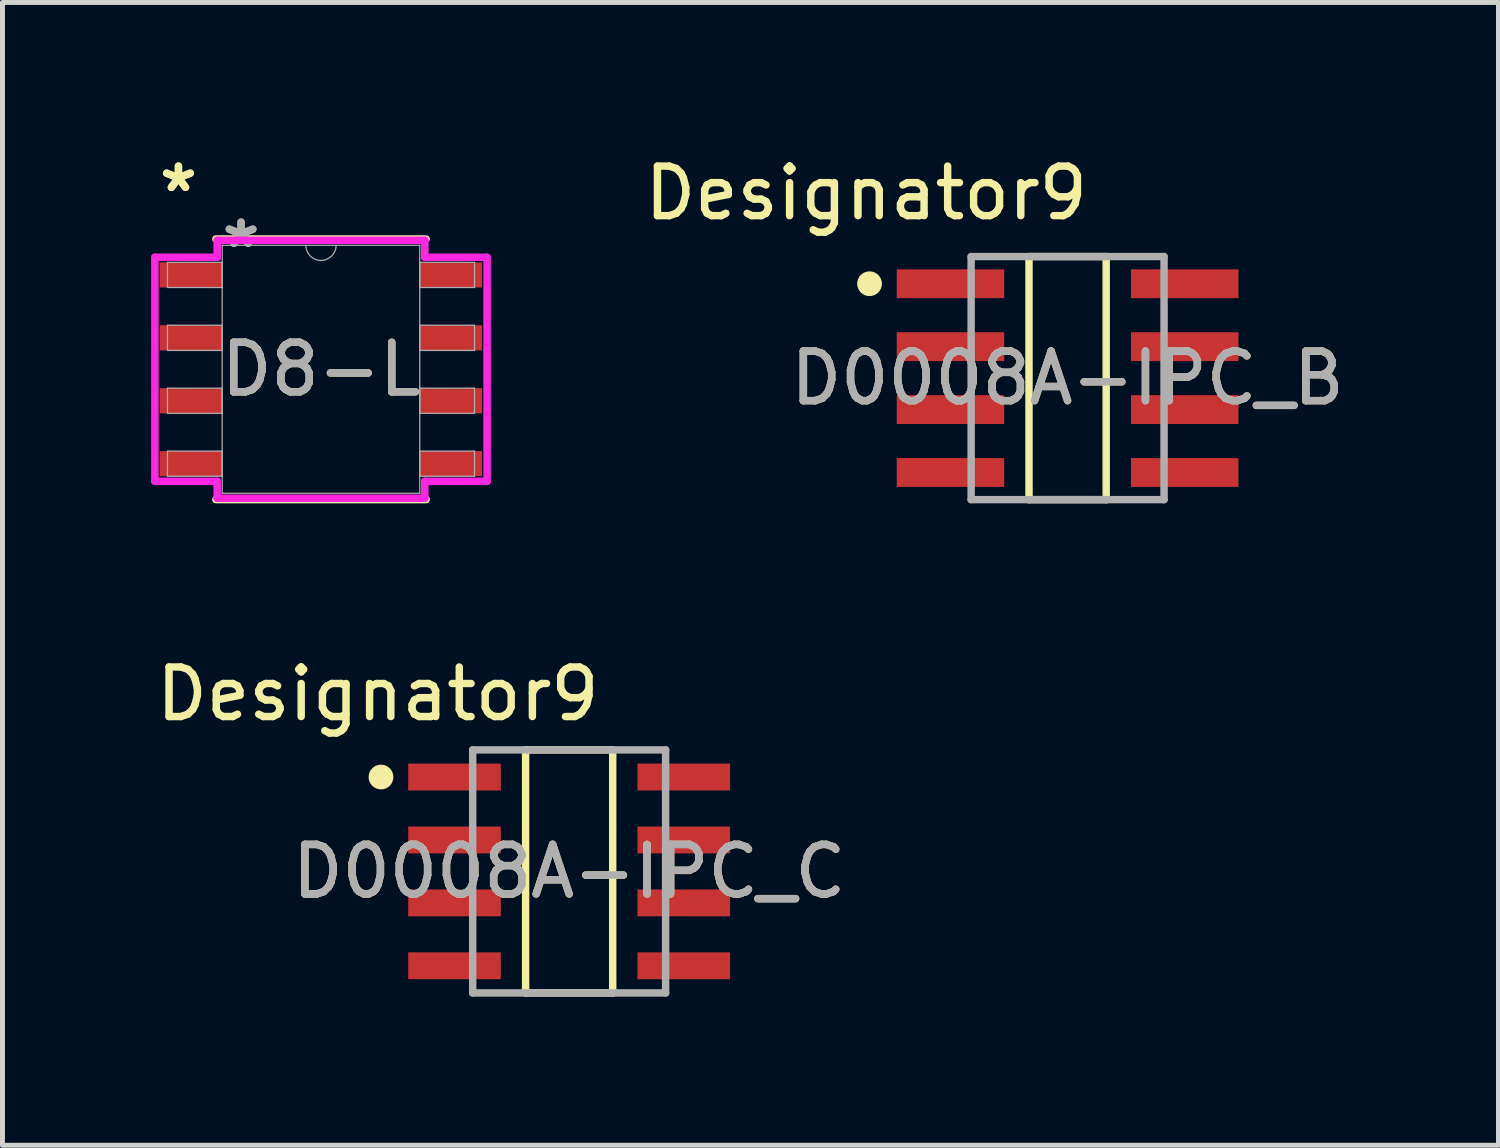
<source format=kicad_pcb>
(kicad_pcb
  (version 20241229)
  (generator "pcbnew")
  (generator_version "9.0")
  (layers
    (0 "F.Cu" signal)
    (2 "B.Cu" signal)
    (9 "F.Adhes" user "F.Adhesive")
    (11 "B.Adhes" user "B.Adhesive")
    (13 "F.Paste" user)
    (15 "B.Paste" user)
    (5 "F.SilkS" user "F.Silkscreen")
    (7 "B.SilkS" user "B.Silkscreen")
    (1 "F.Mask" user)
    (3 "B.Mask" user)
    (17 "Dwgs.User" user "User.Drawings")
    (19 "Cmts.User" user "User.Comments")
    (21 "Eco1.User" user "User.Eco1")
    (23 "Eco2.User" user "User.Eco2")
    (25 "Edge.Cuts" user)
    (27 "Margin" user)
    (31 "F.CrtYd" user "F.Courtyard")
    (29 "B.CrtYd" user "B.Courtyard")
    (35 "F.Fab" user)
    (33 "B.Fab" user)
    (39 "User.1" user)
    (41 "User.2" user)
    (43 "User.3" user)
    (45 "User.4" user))
  (footprint "D8-L"
    (layer "F.Cu")
    (at 3.429 4.404)
    (property "Reference" "D8-L" (at 0 0 0) (unlocked yes) (layer "F.SilkS") (effects (font (size 1 1) (thickness 0.15))))
    (attr smd)
    (fp_line (start -2.121 2.629) (end 2.121 2.629) (stroke (width 0.152) (type solid)) (layer "F.SilkS"))
    (fp_line (start 2.121 -2.629) (end -2.121 -2.629) (stroke (width 0.152) (type solid)) (layer "F.SilkS"))
    (fp_line (start -3.353 -2.261) (end -2.095 -2.261) (stroke (width 0.152) (type solid)) (layer "F.CrtYd"))
    (fp_line (start -3.353 2.261) (end -3.353 -2.261) (stroke (width 0.152) (type solid)) (layer "F.CrtYd"))
    (fp_line (start -3.353 2.261) (end -2.095 2.261) (stroke (width 0.152) (type solid)) (layer "F.CrtYd"))
    (fp_line (start -2.095 -2.603) (end 2.095 -2.603) (stroke (width 0.152) (type solid)) (layer "F.CrtYd"))
    (fp_line (start -2.095 -2.261) (end -2.095 -2.603) (stroke (width 0.152) (type solid)) (layer "F.CrtYd"))
    (fp_line (start -2.095 2.603) (end -2.095 2.261) (stroke (width 0.152) (type solid)) (layer "F.CrtYd"))
    (fp_line (start 2.095 -2.603) (end 2.095 -2.261) (stroke (width 0.152) (type solid)) (layer "F.CrtYd"))
    (fp_line (start 2.095 2.261) (end 2.095 2.603) (stroke (width 0.152) (type solid)) (layer "F.CrtYd"))
    (fp_line (start 2.095 2.603) (end -2.095 2.603) (stroke (width 0.152) (type solid)) (layer "F.CrtYd"))
    (fp_line (start 3.353 -2.261) (end 2.095 -2.261) (stroke (width 0.152) (type solid)) (layer "F.CrtYd"))
    (fp_line (start 3.353 -2.261) (end 3.353 2.261) (stroke (width 0.152) (type solid)) (layer "F.CrtYd"))
    (fp_line (start 3.353 2.261) (end 2.095 2.261) (stroke (width 0.152) (type solid)) (layer "F.CrtYd"))
    (fp_line (start -3.099 -2.159) (end -3.099 -1.651) (stroke (width 0.025) (type solid)) (layer "F.Fab"))
    (fp_line (start -3.099 -1.651) (end -1.994 -1.651) (stroke (width 0.025) (type solid)) (layer "F.Fab"))
    (fp_line (start -3.099 -0.889) (end -3.099 -0.381) (stroke (width 0.025) (type solid)) (layer "F.Fab"))
    (fp_line (start -3.099 -0.381) (end -1.994 -0.381) (stroke (width 0.025) (type solid)) (layer "F.Fab"))
    (fp_line (start -3.099 0.381) (end -3.099 0.889) (stroke (width 0.025) (type solid)) (layer "F.Fab"))
    (fp_line (start -3.099 0.889) (end -1.994 0.889) (stroke (width 0.025) (type solid)) (layer "F.Fab"))
    (fp_line (start -3.099 1.651) (end -3.099 2.159) (stroke (width 0.025) (type solid)) (layer "F.Fab"))
    (fp_line (start -3.099 2.159) (end -1.994 2.159) (stroke (width 0.025) (type solid)) (layer "F.Fab"))
    (fp_line (start -1.994 -2.502) (end -1.994 2.502) (stroke (width 0.025) (type solid)) (layer "F.Fab"))
    (fp_line (start -1.994 -2.159) (end -3.099 -2.159) (stroke (width 0.025) (type solid)) (layer "F.Fab"))
    (fp_line (start -1.994 -1.651) (end -1.994 -2.159) (stroke (width 0.025) (type solid)) (layer "F.Fab"))
    (fp_line (start -1.994 -0.889) (end -3.099 -0.889) (stroke (width 0.025) (type solid)) (layer "F.Fab"))
    (fp_line (start -1.994 -0.381) (end -1.994 -0.889) (stroke (width 0.025) (type solid)) (layer "F.Fab"))
    (fp_line (start -1.994 0.381) (end -3.099 0.381) (stroke (width 0.025) (type solid)) (layer "F.Fab"))
    (fp_line (start -1.994 0.889) (end -1.994 0.381) (stroke (width 0.025) (type solid)) (layer "F.Fab"))
    (fp_line (start -1.994 1.651) (end -3.099 1.651) (stroke (width 0.025) (type solid)) (layer "F.Fab"))
    (fp_line (start -1.994 2.159) (end -1.994 1.651) (stroke (width 0.025) (type solid)) (layer "F.Fab"))
    (fp_line (start -1.994 2.502) (end 1.994 2.502) (stroke (width 0.025) (type solid)) (layer "F.Fab"))
    (fp_line (start 1.994 -2.502) (end -1.994 -2.502) (stroke (width 0.025) (type solid)) (layer "F.Fab"))
    (fp_line (start 1.994 -2.159) (end 1.994 -1.651) (stroke (width 0.025) (type solid)) (layer "F.Fab"))
    (fp_line (start 1.994 -1.651) (end 3.099 -1.651) (stroke (width 0.025) (type solid)) (layer "F.Fab"))
    (fp_line (start 1.994 -0.889) (end 1.994 -0.381) (stroke (width 0.025) (type solid)) (layer "F.Fab"))
    (fp_line (start 1.994 -0.381) (end 3.099 -0.381) (stroke (width 0.025) (type solid)) (layer "F.Fab"))
    (fp_line (start 1.994 0.381) (end 1.994 0.889) (stroke (width 0.025) (type solid)) (layer "F.Fab"))
    (fp_line (start 1.994 0.889) (end 3.099 0.889) (stroke (width 0.025) (type solid)) (layer "F.Fab"))
    (fp_line (start 1.994 1.651) (end 1.994 2.159) (stroke (width 0.025) (type solid)) (layer "F.Fab"))
    (fp_line (start 1.994 2.159) (end 3.099 2.159) (stroke (width 0.025) (type solid)) (layer "F.Fab"))
    (fp_line (start 1.994 2.502) (end 1.994 -2.502) (stroke (width 0.025) (type solid)) (layer "F.Fab"))
    (fp_line (start 3.099 -2.159) (end 1.994 -2.159) (stroke (width 0.025) (type solid)) (layer "F.Fab"))
    (fp_line (start 3.099 -1.651) (end 3.099 -2.159) (stroke (width 0.025) (type solid)) (layer "F.Fab"))
    (fp_line (start 3.099 -0.889) (end 1.994 -0.889) (stroke (width 0.025) (type solid)) (layer "F.Fab"))
    (fp_line (start 3.099 -0.381) (end 3.099 -0.889) (stroke (width 0.025) (type solid)) (layer "F.Fab"))
    (fp_line (start 3.099 0.381) (end 1.994 0.381) (stroke (width 0.025) (type solid)) (layer "F.Fab"))
    (fp_line (start 3.099 0.889) (end 3.099 0.381) (stroke (width 0.025) (type solid)) (layer "F.Fab"))
    (fp_line (start 3.099 1.651) (end 1.994 1.651) (stroke (width 0.025) (type solid)) (layer "F.Fab"))
    (fp_line (start 3.099 2.159) (end 3.099 1.651) (stroke (width 0.025) (type solid)) (layer "F.Fab"))
    (fp_arc (start 0.3048 -2.5019) (mid 0 -2.1971) (end -0.3048 -2.5019) (stroke (width 0.0254) (type solid)) (layer "F.Fab"))
    (fp_text user "*" (at -2.877 -3.556 0) (unlocked yes) (layer "F.SilkS") (effects (font (size 1 1) (thickness 0.15))))
    (fp_text user "*" (at -2.877 -3.556 0) (layer "F.SilkS") (effects (font (size 1 1) (thickness 0.15))))
    (fp_text user "${REFERENCE}" (at 0 0 0) (unlocked yes) (layer "F.Fab") (effects (font (size 1 1) (thickness 0.15))))
    (fp_text user "*" (at -1.613 -2.426 0) (layer "F.Fab") (effects (font (size 1 1) (thickness 0.15))))
    (fp_text user "*" (at -1.613 -2.426 0) (unlocked yes) (layer "F.Fab") (effects (font (size 1 1) (thickness 0.15))))
    (pad "1" smd rect (at -2.623 -1.905) (size 1.257 0.508) (layers "F.Cu" "F.Mask" "F.Paste"))
    (pad "2" smd rect (at -2.623 -0.635) (size 1.257 0.508) (layers "F.Cu" "F.Mask" "F.Paste"))
    (pad "3" smd rect (at -2.623 0.635) (size 1.257 0.508) (layers "F.Cu" "F.Mask" "F.Paste"))
    (pad "4" smd rect (at -2.623 1.905) (size 1.257 0.508) (layers "F.Cu" "F.Mask" "F.Paste"))
    (pad "5" smd rect (at 2.623 1.905) (size 1.257 0.508) (layers "F.Cu" "F.Mask" "F.Paste"))
    (pad "6" smd rect (at 2.623 0.635) (size 1.257 0.508) (layers "F.Cu" "F.Mask" "F.Paste"))
    (pad "7" smd rect (at 2.623 -0.635) (size 1.257 0.508) (layers "F.Cu" "F.Mask" "F.Paste"))
    (pad "8" smd rect (at 2.623 -1.905) (size 1.257 0.508) (layers "F.Cu" "F.Mask" "F.Paste")))
  (footprint "D0008A-IPC_B"
    (layer "F.Cu")
    (at 18.499 4.582)
    (property "Reference" "D0008A-IPC_B" (at 0 0 0) (unlocked yes) (layer "F.SilkS") (effects (font (size 1 1) (thickness 0.15))))
    (attr smd)
    (fp_line (start -0.779 -2.453) (end 0.779 -2.453) (stroke (width 0.15) (type solid)) (layer "F.SilkS"))
    (fp_line (start -0.779 2.453) (end -0.779 -2.453) (stroke (width 0.15) (type solid)) (layer "F.SilkS"))
    (fp_line (start -0.779 2.453) (end 0.779 2.453) (stroke (width 0.15) (type solid)) (layer "F.SilkS"))
    (fp_line (start 0.779 2.453) (end 0.779 -2.453) (stroke (width 0.15) (type solid)) (layer "F.SilkS"))
    (fp_circle (center -3.998 -1.905) (end -3.873 -1.905) (stroke (width 0.25) (type solid)) (fill no) (layer "F.SilkS"))
    (fp_line (start -1.947 -2.453) (end 1.947 -2.453) (stroke (width 0.15) (type solid)) (layer "F.Fab"))
    (fp_line (start -1.947 2.453) (end -1.947 -2.453) (stroke (width 0.15) (type solid)) (layer "F.Fab"))
    (fp_line (start -1.947 2.453) (end 1.947 2.453) (stroke (width 0.15) (type solid)) (layer "F.Fab"))
    (fp_line (start 1.947 2.453) (end 1.947 -2.453) (stroke (width 0.15) (type solid)) (layer "F.Fab"))
    (fp_text user "Designator9" (at -4.064 -3.734 0) (unlocked yes) (layer "F.SilkS") (effects (font (size 1 1) (thickness 0.15))))
    (fp_text user "${REFERENCE}" (at 0 0 0) (unlocked yes) (layer "F.Fab") (effects (font (size 1 1) (thickness 0.15))))
    (pad "1" smd rect (at -2.364 -1.905) (size 2.169 0.582) (layers "F.Cu" "F.Mask" "F.Paste"))
    (pad "2" smd rect (at -2.364 -0.635) (size 2.169 0.582) (layers "F.Cu" "F.Mask" "F.Paste"))
    (pad "3" smd rect (at -2.364 0.635) (size 2.169 0.582) (layers "F.Cu" "F.Mask" "F.Paste"))
    (pad "4" smd rect (at -2.364 1.905) (size 2.169 0.582) (layers "F.Cu" "F.Mask" "F.Paste"))
    (pad "5" smd rect (at 2.364 1.905) (size 2.169 0.582) (layers "F.Cu" "F.Mask" "F.Paste"))
    (pad "6" smd rect (at 2.364 0.635) (size 2.169 0.582) (layers "F.Cu" "F.Mask" "F.Paste"))
    (pad "7" smd rect (at 2.364 -0.635) (size 2.169 0.582) (layers "F.Cu" "F.Mask" "F.Paste"))
    (pad "8" smd rect (at 2.364 -1.905) (size 2.169 0.582) (layers "F.Cu" "F.Mask" "F.Paste")))
  (footprint "D0008A-IPC_C"
    (layer "F.Cu")
    (at 8.438 14.539)
    (property "Reference" "D0008A-IPC_C" (at 0 0 0) (unlocked yes) (layer "F.SilkS") (effects (font (size 1 1) (thickness 0.15))))
    (attr smd)
    (fp_line (start -0.879 -2.453) (end 0.879 -2.453) (stroke (width 0.15) (type solid)) (layer "F.SilkS"))
    (fp_line (start -0.879 2.453) (end -0.879 -2.453) (stroke (width 0.15) (type solid)) (layer "F.SilkS"))
    (fp_line (start -0.879 2.453) (end 0.879 2.453) (stroke (width 0.15) (type solid)) (layer "F.SilkS"))
    (fp_line (start 0.879 2.453) (end 0.879 -2.453) (stroke (width 0.15) (type solid)) (layer "F.SilkS"))
    (fp_circle (center -3.798 -1.905) (end -3.673 -1.905) (stroke (width 0.25) (type solid)) (fill no) (layer "F.SilkS"))
    (fp_line (start -1.947 -2.453) (end 1.947 -2.453) (stroke (width 0.15) (type solid)) (layer "F.Fab"))
    (fp_line (start -1.947 2.453) (end -1.947 -2.453) (stroke (width 0.15) (type solid)) (layer "F.Fab"))
    (fp_line (start -1.947 2.453) (end 1.947 2.453) (stroke (width 0.15) (type solid)) (layer "F.Fab"))
    (fp_line (start 1.947 2.453) (end 1.947 -2.453) (stroke (width 0.15) (type solid)) (layer "F.Fab"))
    (fp_text user "Designator9" (at -3.861 -3.581 0) (unlocked yes) (layer "F.SilkS") (effects (font (size 1 1) (thickness 0.15))))
    (fp_text user "${REFERENCE}" (at 0 0 0) (unlocked yes) (layer "F.Fab") (effects (font (size 1 1) (thickness 0.15))))
    (pad "1" smd rect (at -2.314 -1.905) (size 1.869 0.542) (layers "F.Cu" "F.Mask" "F.Paste"))
    (pad "2" smd rect (at -2.314 -0.635) (size 1.869 0.542) (layers "F.Cu" "F.Mask" "F.Paste"))
    (pad "3" smd rect (at -2.314 0.635) (size 1.869 0.542) (layers "F.Cu" "F.Mask" "F.Paste"))
    (pad "4" smd rect (at -2.314 1.905) (size 1.869 0.542) (layers "F.Cu" "F.Mask" "F.Paste"))
    (pad "5" smd rect (at 2.314 1.905) (size 1.869 0.542) (layers "F.Cu" "F.Mask" "F.Paste"))
    (pad "6" smd rect (at 2.314 0.635) (size 1.869 0.542) (layers "F.Cu" "F.Mask" "F.Paste"))
    (pad "7" smd rect (at 2.314 -0.635) (size 1.869 0.542) (layers "F.Cu" "F.Mask" "F.Paste"))
    (pad "8" smd rect (at 2.314 -1.905) (size 1.869 0.542) (layers "F.Cu" "F.Mask" "F.Paste")))
  (gr_rect
    (start -3 -3)
    (end 27.196 20.067)
    (stroke (width 0.1) (type default))
    (fill no)
    (layer "Edge.Cuts")))
</source>
